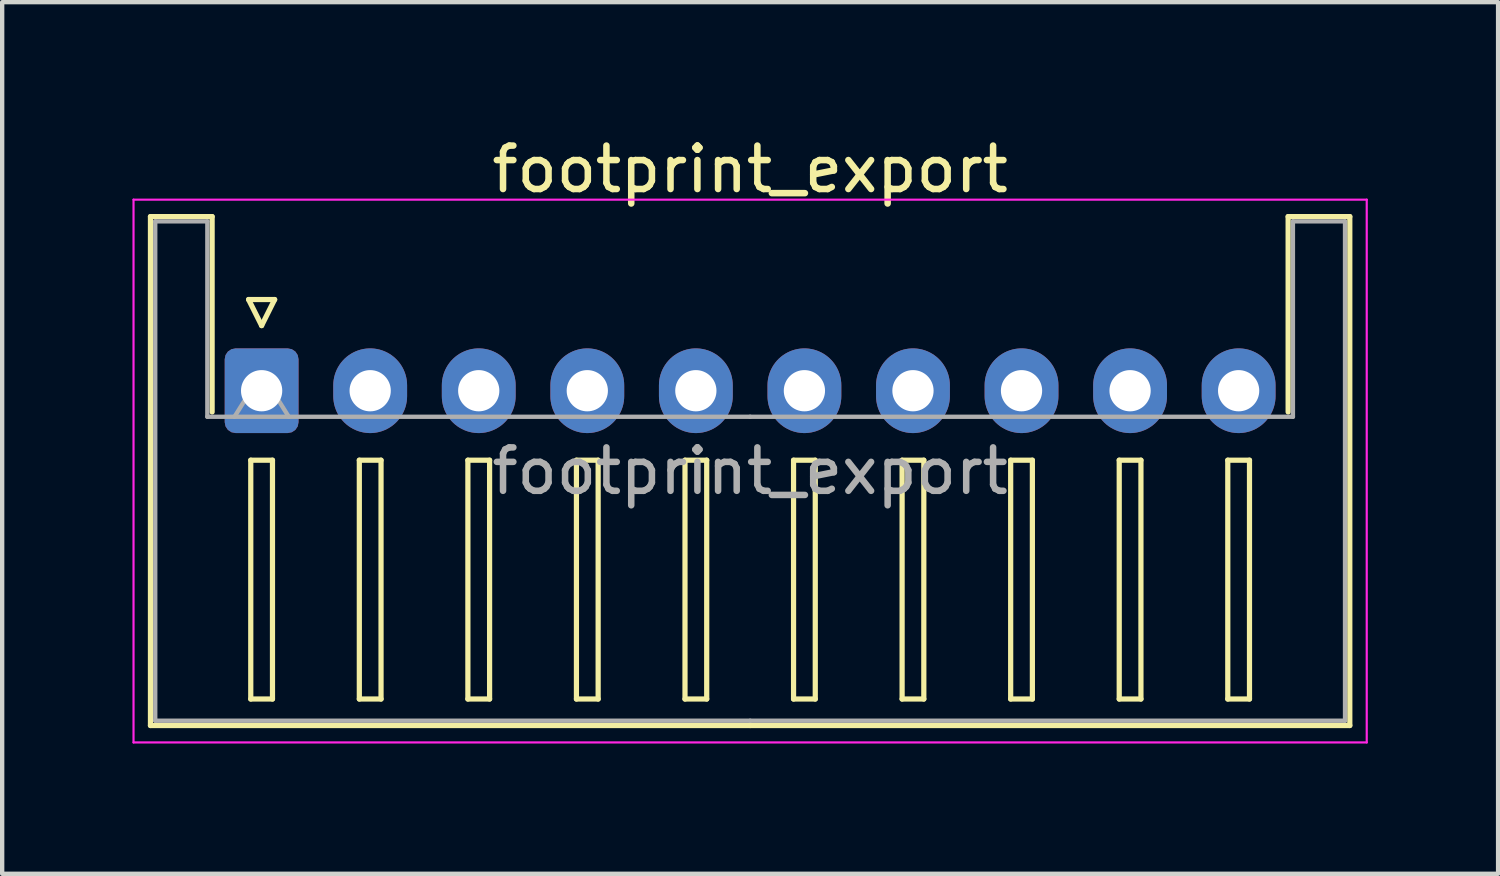
<source format=kicad_pcb>
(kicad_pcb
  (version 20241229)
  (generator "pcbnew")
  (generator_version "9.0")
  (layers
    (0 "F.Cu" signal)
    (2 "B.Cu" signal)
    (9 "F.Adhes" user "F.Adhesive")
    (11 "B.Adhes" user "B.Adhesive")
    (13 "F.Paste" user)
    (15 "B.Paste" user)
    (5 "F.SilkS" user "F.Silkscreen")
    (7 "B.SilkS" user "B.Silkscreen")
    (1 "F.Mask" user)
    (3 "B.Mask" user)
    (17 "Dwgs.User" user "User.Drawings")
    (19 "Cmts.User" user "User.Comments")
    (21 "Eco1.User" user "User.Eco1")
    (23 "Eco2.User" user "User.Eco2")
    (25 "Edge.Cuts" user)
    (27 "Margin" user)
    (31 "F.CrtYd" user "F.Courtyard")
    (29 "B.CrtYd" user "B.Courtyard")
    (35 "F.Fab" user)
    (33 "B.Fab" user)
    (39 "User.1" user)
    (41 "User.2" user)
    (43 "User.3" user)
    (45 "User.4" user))
  (footprint "footprint_export"
    (layer "F.Cu")
    (at 2.975 5.948)
    (property "Reference" "footprint_export" (at 11.25 -5.1 0) (layer "F.SilkS") (effects (font (size 1 1) (thickness 0.15))))
    (attr through_hole)
    (fp_line (start -2.56 -4.01) (end -1.14 -4.01) (stroke (width 0.12) (type solid)) (layer "F.SilkS"))
    (fp_line (start -2.56 7.71) (end -2.56 -4.01) (stroke (width 0.12) (type solid)) (layer "F.SilkS"))
    (fp_line (start -1.14 -4.01) (end -1.14 0.49) (stroke (width 0.12) (type solid)) (layer "F.SilkS"))
    (fp_line (start -0.3 -2.1) (end 0.3 -2.1) (stroke (width 0.12) (type solid)) (layer "F.SilkS"))
    (fp_line (start -0.25 1.6) (end -0.25 7.1) (stroke (width 0.12) (type solid)) (layer "F.SilkS"))
    (fp_line (start -0.25 7.1) (end 0.25 7.1) (stroke (width 0.12) (type solid)) (layer "F.SilkS"))
    (fp_line (start 0 -1.5) (end -0.3 -2.1) (stroke (width 0.12) (type solid)) (layer "F.SilkS"))
    (fp_line (start 0.25 1.6) (end -0.25 1.6) (stroke (width 0.12) (type solid)) (layer "F.SilkS"))
    (fp_line (start 0.25 7.1) (end 0.25 1.6) (stroke (width 0.12) (type solid)) (layer "F.SilkS"))
    (fp_line (start 0.3 -2.1) (end 0 -1.5) (stroke (width 0.12) (type solid)) (layer "F.SilkS"))
    (fp_line (start 2.25 1.6) (end 2.25 7.1) (stroke (width 0.12) (type solid)) (layer "F.SilkS"))
    (fp_line (start 2.25 7.1) (end 2.75 7.1) (stroke (width 0.12) (type solid)) (layer "F.SilkS"))
    (fp_line (start 2.75 1.6) (end 2.25 1.6) (stroke (width 0.12) (type solid)) (layer "F.SilkS"))
    (fp_line (start 2.75 7.1) (end 2.75 1.6) (stroke (width 0.12) (type solid)) (layer "F.SilkS"))
    (fp_line (start 4.75 1.6) (end 4.75 7.1) (stroke (width 0.12) (type solid)) (layer "F.SilkS"))
    (fp_line (start 4.75 7.1) (end 5.25 7.1) (stroke (width 0.12) (type solid)) (layer "F.SilkS"))
    (fp_line (start 5.25 1.6) (end 4.75 1.6) (stroke (width 0.12) (type solid)) (layer "F.SilkS"))
    (fp_line (start 5.25 7.1) (end 5.25 1.6) (stroke (width 0.12) (type solid)) (layer "F.SilkS"))
    (fp_line (start 7.25 1.6) (end 7.25 7.1) (stroke (width 0.12) (type solid)) (layer "F.SilkS"))
    (fp_line (start 7.25 7.1) (end 7.75 7.1) (stroke (width 0.12) (type solid)) (layer "F.SilkS"))
    (fp_line (start 7.75 1.6) (end 7.25 1.6) (stroke (width 0.12) (type solid)) (layer "F.SilkS"))
    (fp_line (start 7.75 7.1) (end 7.75 1.6) (stroke (width 0.12) (type solid)) (layer "F.SilkS"))
    (fp_line (start 9.75 1.6) (end 9.75 7.1) (stroke (width 0.12) (type solid)) (layer "F.SilkS"))
    (fp_line (start 9.75 7.1) (end 10.25 7.1) (stroke (width 0.12) (type solid)) (layer "F.SilkS"))
    (fp_line (start 10.25 1.6) (end 9.75 1.6) (stroke (width 0.12) (type solid)) (layer "F.SilkS"))
    (fp_line (start 10.25 7.1) (end 10.25 1.6) (stroke (width 0.12) (type solid)) (layer "F.SilkS"))
    (fp_line (start 11.25 7.71) (end -2.56 7.71) (stroke (width 0.12) (type solid)) (layer "F.SilkS"))
    (fp_line (start 11.25 7.71) (end 25.06 7.71) (stroke (width 0.12) (type solid)) (layer "F.SilkS"))
    (fp_line (start 12.25 1.6) (end 12.25 7.1) (stroke (width 0.12) (type solid)) (layer "F.SilkS"))
    (fp_line (start 12.25 7.1) (end 12.75 7.1) (stroke (width 0.12) (type solid)) (layer "F.SilkS"))
    (fp_line (start 12.75 1.6) (end 12.25 1.6) (stroke (width 0.12) (type solid)) (layer "F.SilkS"))
    (fp_line (start 12.75 7.1) (end 12.75 1.6) (stroke (width 0.12) (type solid)) (layer "F.SilkS"))
    (fp_line (start 14.75 1.6) (end 14.75 7.1) (stroke (width 0.12) (type solid)) (layer "F.SilkS"))
    (fp_line (start 14.75 7.1) (end 15.25 7.1) (stroke (width 0.12) (type solid)) (layer "F.SilkS"))
    (fp_line (start 15.25 1.6) (end 14.75 1.6) (stroke (width 0.12) (type solid)) (layer "F.SilkS"))
    (fp_line (start 15.25 7.1) (end 15.25 1.6) (stroke (width 0.12) (type solid)) (layer "F.SilkS"))
    (fp_line (start 17.25 1.6) (end 17.25 7.1) (stroke (width 0.12) (type solid)) (layer "F.SilkS"))
    (fp_line (start 17.25 7.1) (end 17.75 7.1) (stroke (width 0.12) (type solid)) (layer "F.SilkS"))
    (fp_line (start 17.75 1.6) (end 17.25 1.6) (stroke (width 0.12) (type solid)) (layer "F.SilkS"))
    (fp_line (start 17.75 7.1) (end 17.75 1.6) (stroke (width 0.12) (type solid)) (layer "F.SilkS"))
    (fp_line (start 19.75 1.6) (end 19.75 7.1) (stroke (width 0.12) (type solid)) (layer "F.SilkS"))
    (fp_line (start 19.75 7.1) (end 20.25 7.1) (stroke (width 0.12) (type solid)) (layer "F.SilkS"))
    (fp_line (start 20.25 1.6) (end 19.75 1.6) (stroke (width 0.12) (type solid)) (layer "F.SilkS"))
    (fp_line (start 20.25 7.1) (end 20.25 1.6) (stroke (width 0.12) (type solid)) (layer "F.SilkS"))
    (fp_line (start 22.25 1.6) (end 22.25 7.1) (stroke (width 0.12) (type solid)) (layer "F.SilkS"))
    (fp_line (start 22.25 7.1) (end 22.75 7.1) (stroke (width 0.12) (type solid)) (layer "F.SilkS"))
    (fp_line (start 22.75 1.6) (end 22.25 1.6) (stroke (width 0.12) (type solid)) (layer "F.SilkS"))
    (fp_line (start 22.75 7.1) (end 22.75 1.6) (stroke (width 0.12) (type solid)) (layer "F.SilkS"))
    (fp_line (start 23.64 -4.01) (end 23.64 0.49) (stroke (width 0.12) (type solid)) (layer "F.SilkS"))
    (fp_line (start 25.06 -4.01) (end 23.64 -4.01) (stroke (width 0.12) (type solid)) (layer "F.SilkS"))
    (fp_line (start 25.06 7.71) (end 25.06 -4.01) (stroke (width 0.12) (type solid)) (layer "F.SilkS"))
    (fp_line (start -2.95 -4.4) (end -2.95 8.1) (stroke (width 0.05) (type solid)) (layer "F.CrtYd"))
    (fp_line (start -2.95 8.1) (end 25.45 8.1) (stroke (width 0.05) (type solid)) (layer "F.CrtYd"))
    (fp_line (start 25.45 -4.4) (end -2.95 -4.4) (stroke (width 0.05) (type solid)) (layer "F.CrtYd"))
    (fp_line (start 25.45 8.1) (end 25.45 -4.4) (stroke (width 0.05) (type solid)) (layer "F.CrtYd"))
    (fp_line (start -2.45 -3.9) (end -1.25 -3.9) (stroke (width 0.1) (type solid)) (layer "F.Fab"))
    (fp_line (start -2.45 7.6) (end -2.45 -3.9) (stroke (width 0.1) (type solid)) (layer "F.Fab"))
    (fp_line (start -1.25 -3.9) (end -1.25 0.6) (stroke (width 0.1) (type solid)) (layer "F.Fab"))
    (fp_line (start -1.25 0.6) (end 11.25 0.6) (stroke (width 0.1) (type solid)) (layer "F.Fab"))
    (fp_line (start -0.625 0.6) (end 0 -0.4) (stroke (width 0.1) (type solid)) (layer "F.Fab"))
    (fp_line (start 0 -0.4) (end 0.625 0.6) (stroke (width 0.1) (type solid)) (layer "F.Fab"))
    (fp_line (start 11.25 7.6) (end -2.45 7.6) (stroke (width 0.1) (type solid)) (layer "F.Fab"))
    (fp_line (start 11.25 7.6) (end 24.95 7.6) (stroke (width 0.1) (type solid)) (layer "F.Fab"))
    (fp_line (start 23.75 -3.9) (end 23.75 0.6) (stroke (width 0.1) (type solid)) (layer "F.Fab"))
    (fp_line (start 23.75 0.6) (end 11.25 0.6) (stroke (width 0.1) (type solid)) (layer "F.Fab"))
    (fp_line (start 24.95 -3.9) (end 23.75 -3.9) (stroke (width 0.1) (type solid)) (layer "F.Fab"))
    (fp_line (start 24.95 7.6) (end 24.95 -3.9) (stroke (width 0.1) (type solid)) (layer "F.Fab"))
    (fp_text user "${REFERENCE}" (at 11.25 1.85 0) (layer "F.Fab") (effects (font (size 1 1) (thickness 0.15))))
    (pad "1" thru_hole roundrect (at 0 0) (size 1.7 1.95) (drill 0.95) (layers "*.Cu" "*.Mask") (roundrect_rratio 0.147))
    (pad "2" thru_hole oval (at 2.5 0) (size 1.7 1.95) (drill 0.95) (layers "*.Cu" "*.Mask"))
    (pad "3" thru_hole oval (at 5 0) (size 1.7 1.95) (drill 0.95) (layers "*.Cu" "*.Mask"))
    (pad "4" thru_hole oval (at 7.5 0) (size 1.7 1.95) (drill 0.95) (layers "*.Cu" "*.Mask"))
    (pad "5" thru_hole oval (at 10 0) (size 1.7 1.95) (drill 0.95) (layers "*.Cu" "*.Mask"))
    (pad "6" thru_hole oval (at 12.5 0) (size 1.7 1.95) (drill 0.95) (layers "*.Cu" "*.Mask"))
    (pad "7" thru_hole oval (at 15 0) (size 1.7 1.95) (drill 0.95) (layers "*.Cu" "*.Mask"))
    (pad "8" thru_hole oval (at 17.5 0) (size 1.7 1.95) (drill 0.95) (layers "*.Cu" "*.Mask"))
    (pad "9" thru_hole oval (at 20 0) (size 1.7 1.95) (drill 0.95) (layers "*.Cu" "*.Mask"))
    (pad "10" thru_hole oval (at 22.5 0) (size 1.7 1.95) (drill 0.95) (layers "*.Cu" "*.Mask")))
  (gr_rect
    (start -3 -3)
    (end 31.45 17.073)
    (stroke (width 0.1) (type default))
    (fill no)
    (layer "Edge.Cuts")))
</source>
